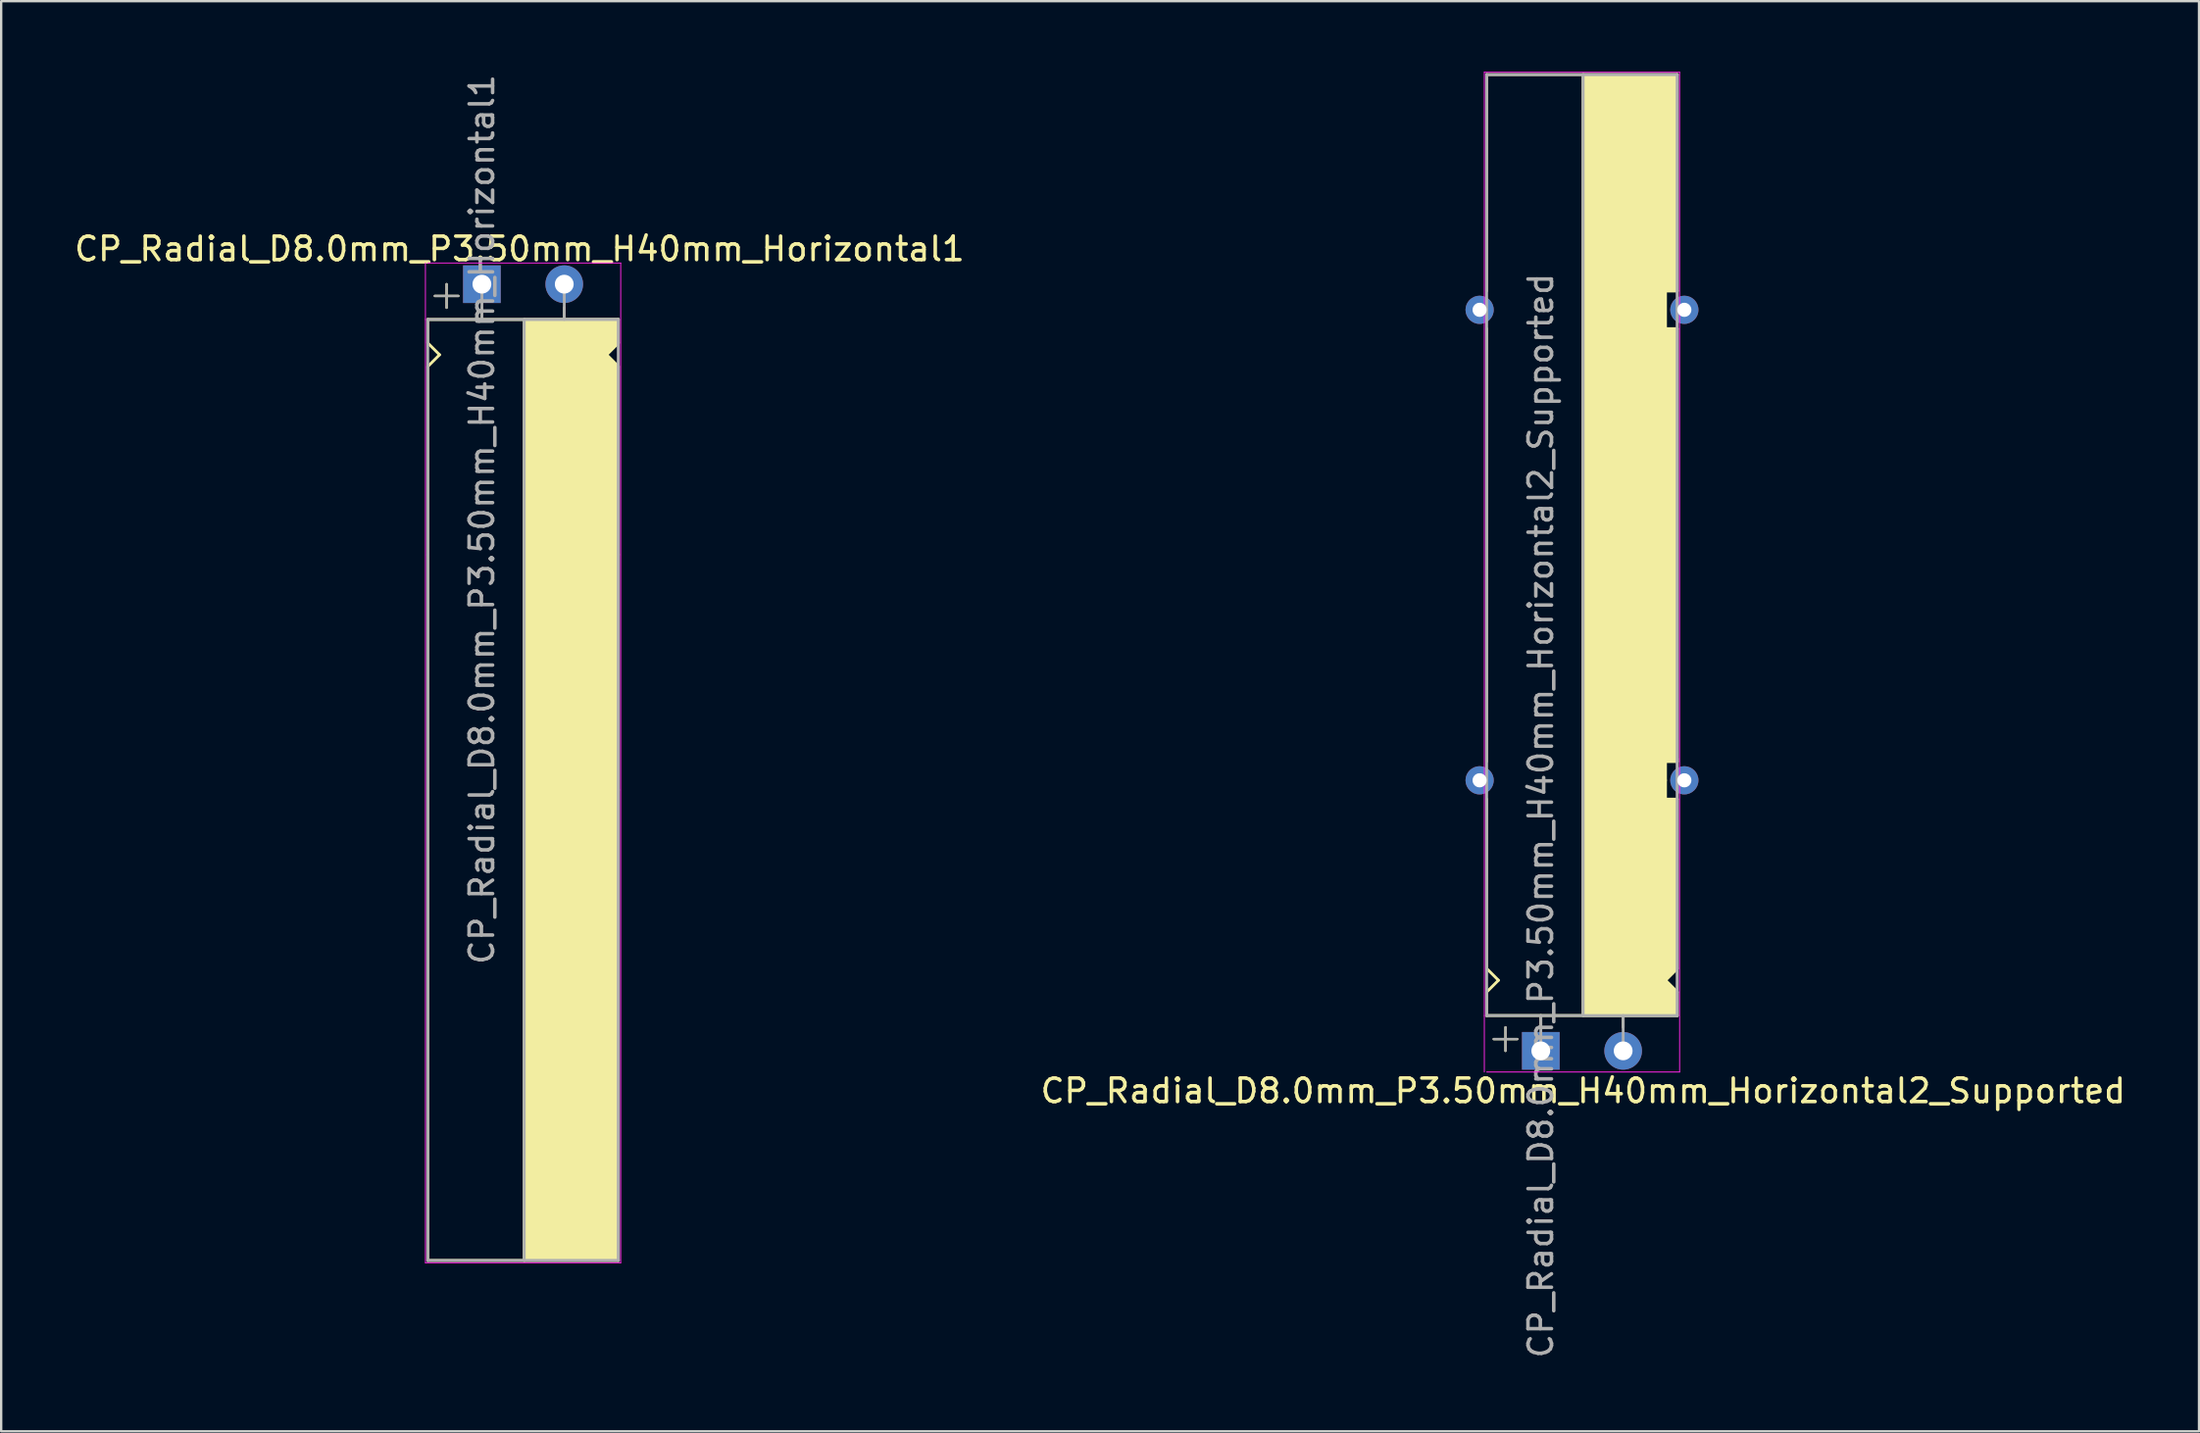
<source format=kicad_pcb>
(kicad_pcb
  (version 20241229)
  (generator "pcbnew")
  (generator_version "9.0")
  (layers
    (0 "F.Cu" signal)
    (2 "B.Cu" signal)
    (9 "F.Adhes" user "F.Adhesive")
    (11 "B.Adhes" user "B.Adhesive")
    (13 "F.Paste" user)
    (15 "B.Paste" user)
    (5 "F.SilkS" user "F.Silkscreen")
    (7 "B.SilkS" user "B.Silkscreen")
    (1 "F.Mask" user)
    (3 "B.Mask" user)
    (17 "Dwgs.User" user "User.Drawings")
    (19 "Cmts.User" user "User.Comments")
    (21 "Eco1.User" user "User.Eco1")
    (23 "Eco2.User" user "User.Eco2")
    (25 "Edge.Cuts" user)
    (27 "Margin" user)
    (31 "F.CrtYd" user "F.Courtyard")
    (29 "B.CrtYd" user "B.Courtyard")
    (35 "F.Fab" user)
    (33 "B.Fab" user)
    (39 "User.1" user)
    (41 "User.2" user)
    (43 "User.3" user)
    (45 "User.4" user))
  (footprint "CP_Radial_D8.0mm_P3.50mm_H40mm_Horizontal2_Supported"
    (layer "F.Cu")
    (at 62.432 41.62)
    (property "Reference" "CP_Radial_D8.0mm_P3.50mm_H40mm_Horizontal2_Supported" (at 1.8 1.7 0) (layer "F.SilkS") (effects (font (size 1 1) (thickness 0.15))))
    (attr through_hole)
    (fp_line (start -2.3 -41.5) (end 5.8 -41.5) (stroke (width 0.12) (type solid)) (layer "F.SilkS"))
    (fp_line (start -2.3 -32.3) (end -2.3 -41.5) (stroke (width 0.12) (type solid)) (layer "F.SilkS"))
    (fp_line (start -2.3 -12.3) (end -2.3 -30.7) (stroke (width 0.12) (type solid)) (layer "F.SilkS"))
    (fp_line (start -2.3 -3.5) (end -2.3 -10.7) (stroke (width 0.12) (type solid)) (layer "F.SilkS"))
    (fp_line (start -2.3 -3.5) (end -1.8 -3) (stroke (width 0.12) (type solid)) (layer "F.SilkS"))
    (fp_line (start -2.3 -2.5) (end -2.3 -1.5) (stroke (width 0.12) (type solid)) (layer "F.SilkS"))
    (fp_line (start -2.3 -1.5) (end 5.8 -1.5) (stroke (width 0.12) (type solid)) (layer "F.SilkS"))
    (fp_line (start -2 -0.5) (end -1 -0.5) (stroke (width 0.1) (type solid)) (layer "F.SilkS"))
    (fp_line (start -1.8 -3) (end -2.3 -2.5) (stroke (width 0.12) (type solid)) (layer "F.SilkS"))
    (fp_line (start -1.5 0) (end -1.5 -1) (stroke (width 0.1) (type solid)) (layer "F.SilkS"))
    (fp_line (start 0 -1) (end 0 -1.5) (stroke (width 0.12) (type solid)) (layer "F.SilkS"))
    (fp_line (start 1.8 -41.5) (end 1.8 -1.5) (stroke (width 0.12) (type solid)) (layer "F.SilkS"))
    (fp_line (start 3.5 -1) (end 3.5 -1.5) (stroke (width 0.12) (type solid)) (layer "F.SilkS"))
    (fp_line (start 5.3 -32.3) (end 5.8 -32.3) (stroke (width 0.12) (type solid)) (layer "F.SilkS"))
    (fp_line (start 5.3 -30.7) (end 5.3 -32.3) (stroke (width 0.12) (type solid)) (layer "F.SilkS"))
    (fp_line (start 5.3 -30.7) (end 5.8 -30.7) (stroke (width 0.12) (type solid)) (layer "F.SilkS"))
    (fp_line (start 5.3 -11.5) (end 5.3 -12.3) (stroke (width 0.12) (type solid)) (layer "F.SilkS"))
    (fp_line (start 5.3 -11.5) (end 5.3 -10.7) (stroke (width 0.12) (type solid)) (layer "F.SilkS"))
    (fp_line (start 5.3 -10.7) (end 5.8 -10.7) (stroke (width 0.12) (type solid)) (layer "F.SilkS"))
    (fp_line (start 5.3 -3) (end 5.8 -2.5) (stroke (width 0.12) (type solid)) (layer "F.SilkS"))
    (fp_line (start 5.8 -32.3) (end 5.8 -41.5) (stroke (width 0.12) (type solid)) (layer "F.SilkS"))
    (fp_line (start 5.8 -12.4) (end 5.8 -30.7) (stroke (width 0.12) (type solid)) (layer "F.SilkS"))
    (fp_line (start 5.8 -12.4) (end 5.8 -12.3) (stroke (width 0.12) (type solid)) (layer "F.SilkS"))
    (fp_line (start 5.8 -12.3) (end 5.3 -12.3) (stroke (width 0.12) (type solid)) (layer "F.SilkS"))
    (fp_line (start 5.8 -10.7) (end 5.8 -3.5) (stroke (width 0.12) (type solid)) (layer "F.SilkS"))
    (fp_line (start 5.8 -3.5) (end 5.3 -3) (stroke (width 0.12) (type solid)) (layer "F.SilkS"))
    (fp_line (start 5.8 -2.5) (end 5.8 -1.5) (stroke (width 0.12) (type solid)) (layer "F.SilkS"))
    (fp_poly (pts (xy 5.8 -2.5) (xy 5.3 -3) (xy 5.8 -3.5) (xy 5.8 -10.7) (xy 5.3 -10.7) (xy 5.3 -12.3) (xy 5.8 -12.3) (xy 5.8 -30.7) (xy 5.3 -30.7) (xy 5.3 -32.3) (xy 5.8 -32.3) (xy 5.8 -41.5) (xy 1.8 -41.5) (xy 1.8 -1.5) (xy 5.8 -1.5)) (stroke (width 0.1) (type solid)) (fill yes) (layer "F.SilkS"))
    (fp_line (start -2.4 -41.6) (end -2.4 -1.5) (stroke (width 0.04) (type solid)) (layer "F.CrtYd"))
    (fp_line (start -2.4 -1.5) (end -2.4 0.9) (stroke (width 0.04) (type solid)) (layer "F.CrtYd"))
    (fp_line (start -2.3 0.9) (end 5.9 0.9) (stroke (width 0.04) (type solid)) (layer "F.CrtYd"))
    (fp_line (start 5.9 -41.6) (end -2.4 -41.6) (stroke (width 0.04) (type solid)) (layer "F.CrtYd"))
    (fp_line (start 5.9 0.9) (end 5.9 -41.6) (stroke (width 0.04) (type solid)) (layer "F.CrtYd"))
    (fp_line (start -2.3 -41.5) (end -2.3 -1.5) (stroke (width 0.12) (type solid)) (layer "F.Fab"))
    (fp_line (start -2.3 -1.5) (end 5.8 -1.5) (stroke (width 0.12) (type solid)) (layer "F.Fab"))
    (fp_line (start -2 -0.5) (end -1 -0.5) (stroke (width 0.1) (type solid)) (layer "F.Fab"))
    (fp_line (start -1.5 0) (end -1.5 -1) (stroke (width 0.1) (type solid)) (layer "F.Fab"))
    (fp_line (start 0 -1.5) (end 0 0) (stroke (width 0.12) (type solid)) (layer "F.Fab"))
    (fp_line (start 1.8 -1.5) (end 1.8 -41.5) (stroke (width 0.12) (type solid)) (layer "F.Fab"))
    (fp_line (start 3.5 -1.5) (end 3.5 0) (stroke (width 0.12) (type solid)) (layer "F.Fab"))
    (fp_line (start 5.8 -41.5) (end -2.3 -41.5) (stroke (width 0.12) (type solid)) (layer "F.Fab"))
    (fp_line (start 5.8 -1.5) (end 5.8 -41.5) (stroke (width 0.12) (type solid)) (layer "F.Fab"))
    (fp_poly (pts (xy 5.8 -41.5) (xy 1.8 -41.5) (xy 1.8 -1.5) (xy 5.8 -1.5)) (stroke (width 0.1) (type solid)) (fill no) (layer "F.Fab"))
    (fp_text user "${REFERENCE}" (at 0 -10 90) (layer "F.Fab") (effects (font (size 1 1) (thickness 0.15))))
    (pad "" thru_hole circle (at -2.6 -31.5 180) (size 1.2 1.2) (drill 0.6) (layers "*.Cu" "*.Mask"))
    (pad "" thru_hole circle (at -2.6 -11.5 180) (size 1.2 1.2) (drill 0.6) (layers "*.Cu" "*.Mask"))
    (pad "" thru_hole circle (at 6.1 -31.5 180) (size 1.2 1.2) (drill 0.6) (layers "*.Cu" "*.Mask"))
    (pad "" thru_hole circle (at 6.1 -11.5 180) (size 1.2 1.2) (drill 0.6) (layers "*.Cu" "*.Mask"))
    (pad "1" thru_hole rect (at 0 0) (size 1.6 1.6) (drill 0.8) (layers "*.Cu" "*.Mask"))
    (pad "2" thru_hole circle (at 3.5 0) (size 1.6 1.6) (drill 0.8) (layers "*.Cu" "*.Mask")))
  (footprint "CP_Radial_D8.0mm_P3.50mm_H40mm_Horizontal1"
    (layer "F.Cu")
    (at 17.43 9.03)
    (property "Reference" "CP_Radial_D8.0mm_P3.50mm_H40mm_Horizontal1" (at 1.6 -1.5 0) (layer "F.SilkS") (effects (font (size 1 1) (thickness 0.15))))
    (attr through_hole)
    (fp_line (start -2.3 1.5) (end 5.8 1.5) (stroke (width 0.12) (type solid)) (layer "F.SilkS"))
    (fp_line (start -2.3 2.5) (end -2.3 1.5) (stroke (width 0.12) (type solid)) (layer "F.SilkS"))
    (fp_line (start -2.3 3.5) (end -2.3 41.5) (stroke (width 0.12) (type solid)) (layer "F.SilkS"))
    (fp_line (start -2.3 3.5) (end -1.8 3) (stroke (width 0.12) (type solid)) (layer "F.SilkS"))
    (fp_line (start -2.3 41.5) (end 5.8 41.5) (stroke (width 0.12) (type solid)) (layer "F.SilkS"))
    (fp_line (start -2 0.5) (end -1 0.5) (stroke (width 0.1) (type solid)) (layer "F.SilkS"))
    (fp_line (start -1.8 3) (end -2.3 2.5) (stroke (width 0.12) (type solid)) (layer "F.SilkS"))
    (fp_line (start -1.5 1) (end -1.5 0) (stroke (width 0.1) (type solid)) (layer "F.SilkS"))
    (fp_line (start 0 1) (end 0 1.5) (stroke (width 0.12) (type solid)) (layer "F.SilkS"))
    (fp_line (start 1.8 41.5) (end 1.8 1.5) (stroke (width 0.12) (type solid)) (layer "F.SilkS"))
    (fp_line (start 3.5 1) (end 3.5 1.5) (stroke (width 0.12) (type solid)) (layer "F.SilkS"))
    (fp_line (start 5.3 3) (end 5.8 2.5) (stroke (width 0.12) (type solid)) (layer "F.SilkS"))
    (fp_line (start 5.8 2.5) (end 5.8 1.5) (stroke (width 0.12) (type solid)) (layer "F.SilkS"))
    (fp_line (start 5.8 3.5) (end 5.3 3) (stroke (width 0.12) (type solid)) (layer "F.SilkS"))
    (fp_line (start 5.8 11.5) (end 5.8 3.5) (stroke (width 0.12) (type solid)) (layer "F.SilkS"))
    (fp_line (start 5.8 11.5) (end 5.8 41.5) (stroke (width 0.12) (type solid)) (layer "F.SilkS"))
    (fp_line (start 5.8 21.5) (end 5.7 21.5) (stroke (width 0.12) (type solid)) (layer "F.SilkS"))
    (fp_poly (pts (xy 5.8 2.5) (xy 5.3 3) (xy 5.8 3.5) (xy 5.8 41.5) (xy 1.8 41.5) (xy 1.8 1.5) (xy 5.8 1.5)) (stroke (width 0.1) (type solid)) (fill yes) (layer "F.SilkS"))
    (fp_line (start -2.4 1.5) (end -2.4 -0.9) (stroke (width 0.04) (type solid)) (layer "F.CrtYd"))
    (fp_line (start -2.4 41.6) (end -2.4 1.5) (stroke (width 0.04) (type solid)) (layer "F.CrtYd"))
    (fp_line (start -2.3 -0.9) (end 5.9 -0.9) (stroke (width 0.04) (type solid)) (layer "F.CrtYd"))
    (fp_line (start 5.9 -0.9) (end 5.9 41.6) (stroke (width 0.04) (type solid)) (layer "F.CrtYd"))
    (fp_line (start 5.9 41.6) (end -2.4 41.6) (stroke (width 0.04) (type solid)) (layer "F.CrtYd"))
    (fp_line (start -2.3 1.5) (end 5.8 1.5) (stroke (width 0.12) (type solid)) (layer "F.Fab"))
    (fp_line (start -2.3 11.5) (end -2.3 1.5) (stroke (width 0.12) (type solid)) (layer "F.Fab"))
    (fp_line (start -2.3 41.5) (end -2.3 11.5) (stroke (width 0.12) (type solid)) (layer "F.Fab"))
    (fp_line (start -2 0.5) (end -1 0.5) (stroke (width 0.1) (type solid)) (layer "F.Fab"))
    (fp_line (start -1.5 1) (end -1.5 0) (stroke (width 0.1) (type solid)) (layer "F.Fab"))
    (fp_line (start 0 1.5) (end 0 0) (stroke (width 0.12) (type solid)) (layer "F.Fab"))
    (fp_line (start 1.8 1.5) (end 1.8 41.5) (stroke (width 0.12) (type solid)) (layer "F.Fab"))
    (fp_line (start 3.5 1.5) (end 3.5 0) (stroke (width 0.12) (type solid)) (layer "F.Fab"))
    (fp_line (start 5.8 1.5) (end 5.8 41.5) (stroke (width 0.12) (type solid)) (layer "F.Fab"))
    (fp_line (start 5.8 41.5) (end -2.3 41.5) (stroke (width 0.12) (type solid)) (layer "F.Fab"))
    (fp_poly (pts (xy 5.8 41.5) (xy 1.8 41.5) (xy 1.8 1.5) (xy 5.8 1.5)) (stroke (width 0.1) (type solid)) (fill no) (layer "F.Fab"))
    (fp_text user "${REFERENCE}" (at 0 10 90) (layer "F.Fab") (effects (font (size 1 1) (thickness 0.15))))
    (pad "1" thru_hole rect (at 0 0) (size 1.6 1.6) (drill 0.8) (layers "*.Cu" "*.Mask"))
    (pad "2" thru_hole circle (at 3.5 0) (size 1.6 1.6) (drill 0.8) (layers "*.Cu" "*.Mask")))
  (gr_rect
    (start -3 -3)
    (end 90.405 57.793)
    (stroke (width 0.1) (type default))
    (fill no)
    (layer "Edge.Cuts")))
</source>
